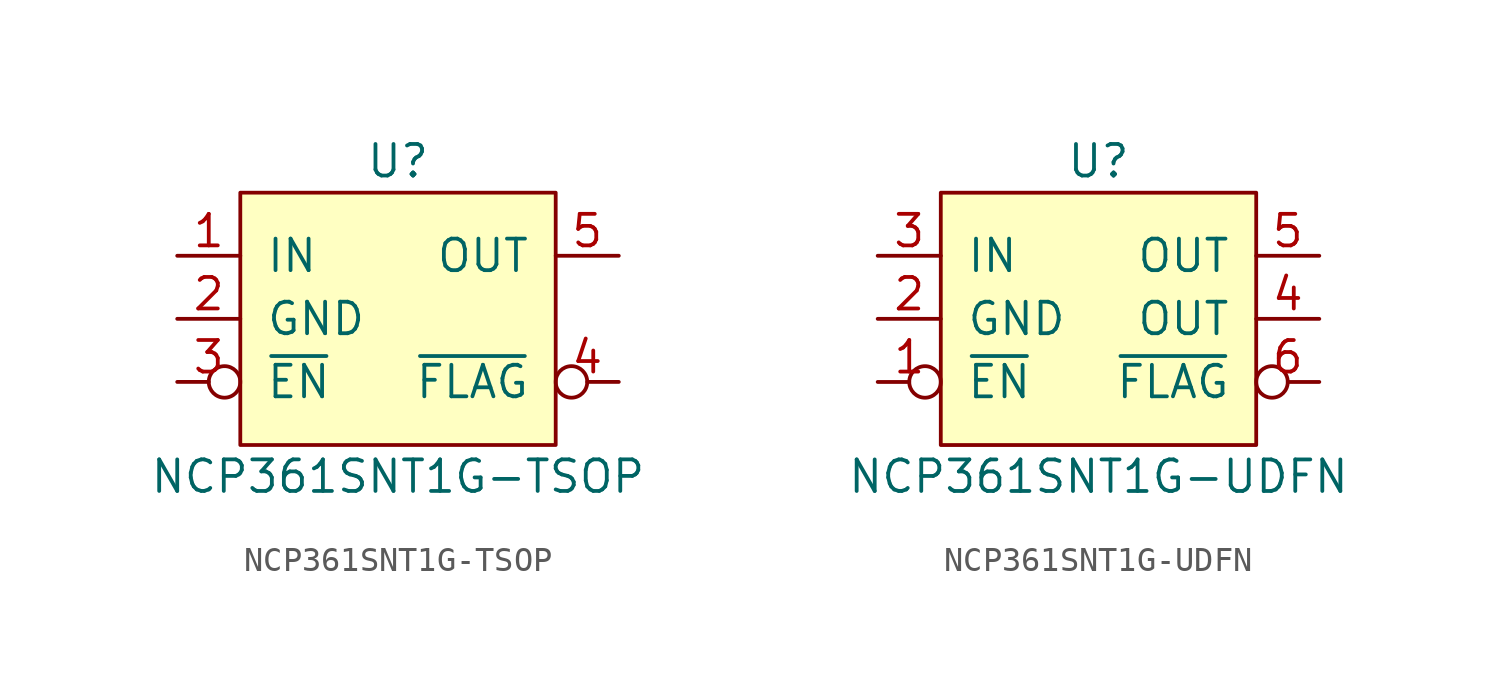
<source format=kicad_sym>
(kicad_symbol_lib
  (version 20211014)
  (generator kicad_symbol_editor)
  (symbol "NCP361SNT1G-TSOP"
    (pin_names
      (offset 1.016))
    (property "Reference" "U"
      (at 0 6.35 0)
      (effects (font (size 1.27 1.27))))
    (property "Value" "NCP361SNT1G-TSOP"
      (at 0 -6.35 0)
      (effects (font (size 1.27 1.27))))
    (symbol "NCP361SNT1G-TSOP_1_1"
      (rectangle (start -6.35 5.08) (end 6.35 -5.08) (stroke (width 0) (type default) (color 0 0 0 0)) (fill (type background)))
      (pin input line (at -8.89 2.54 0) (length 2.54) (name "IN" (effects (font (size 1.27 1.27)))) (number "1" (effects (font (size 1.27 1.27)))))
      (pin power_in line (at -8.89 0 0) (length 2.54) (name "GND" (effects (font (size 1.27 1.27)))) (number "2" (effects (font (size 1.27 1.27)))))
      (pin input inverted (at -8.89 -2.54 0) (length 2.54) (name "~{EN}" (effects (font (size 1.27 1.27)))) (number "3" (effects (font (size 1.27 1.27)))))
      (pin output inverted (at 8.89 -2.54 180) (length 2.54) (name "~{FLAG}" (effects (font (size 1.27 1.27)))) (number "4" (effects (font (size 1.27 1.27)))))
      (pin bidirectional line (at 8.89 2.54 180) (length 2.54) (name "OUT" (effects (font (size 1.27 1.27)))) (number "5" (effects (font (size 1.27 1.27)))))))
  (symbol "NCP361SNT1G-UDFN"
    (pin_names
      (offset 1.016))
    (property "Reference" "U"
      (at 0 6.35 0)
      (effects (font (size 1.27 1.27))))
    (property "Value" "NCP361SNT1G-UDFN"
      (at 0 -6.35 0)
      (effects (font (size 1.27 1.27))))
    (symbol "NCP361SNT1G-UDFN_1_1"
      (rectangle (start -6.35 5.08) (end 6.35 -5.08) (stroke (width 0) (type default) (color 0 0 0 0)) (fill (type background)))
      (pin input inverted (at -8.89 -2.54 0) (length 2.54) (name "~{EN}" (effects (font (size 1.27 1.27)))) (number "1" (effects (font (size 1.27 1.27)))))
      (pin power_in line (at -8.89 0 0) (length 2.54) (name "GND" (effects (font (size 1.27 1.27)))) (number "2" (effects (font (size 1.27 1.27)))))
      (pin input line (at -8.89 2.54 0) (length 2.54) (name "IN" (effects (font (size 1.27 1.27)))) (number "3" (effects (font (size 1.27 1.27)))))
      (pin output line (at 8.89 0 180) (length 2.54) (name "OUT" (effects (font (size 1.27 1.27)))) (number "4" (effects (font (size 1.27 1.27)))))
      (pin output line (at 8.89 2.54 180) (length 2.54) (name "OUT" (effects (font (size 1.27 1.27)))) (number "5" (effects (font (size 1.27 1.27)))))
      (pin output inverted (at 8.89 -2.54 180) (length 2.54) (name "~{FLAG}" (effects (font (size 1.27 1.27)))) (number "6" (effects (font (size 1.27 1.27))))))))
</source>
